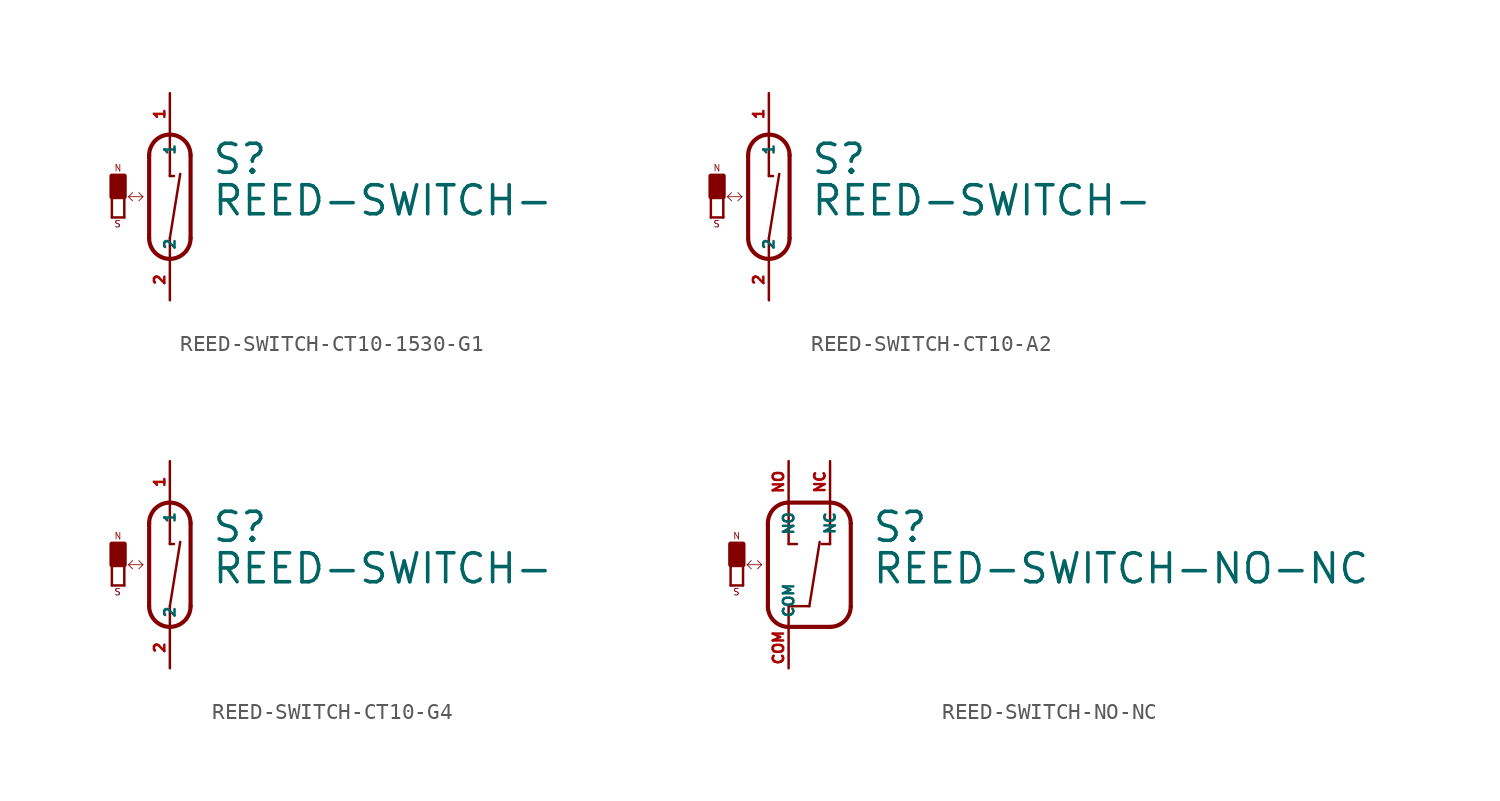
<source format=kicad_sym>
(kicad_symbol_lib
  (version 20220914)
  (generator Eagle2Kicad)
  (symbol "REED-SWITCH-CT10-1530-G1"
    (property "Reference" "S"
      (at 2.54 2.54 0)
      (effects (font (size 1.778 1.778) (thickness 0.22)) (justify left bottom)))
    (property "Value" "REED-SWITCH-"
      (at 2.54 0 0)
      (effects (font (size 1.778 1.778) (thickness 0.22)) (justify left bottom)))
    (polyline
      (pts (xy 0 -2.54) (xy 0 -1.27))
      (stroke (width 0.152) (type default))
      (fill (type none)))
    (polyline
      (pts (xy 0 -1.27) (xy 0.635 2.667))
      (stroke (width 0.152) (type default))
      (fill (type none)))
    (polyline
      (pts (xy 0.254 2.54) (xy 0 2.54))
      (stroke (width 0.152) (type default))
      (fill (type none)))
    (polyline
      (pts (xy 0 2.54) (xy 0 5.08))
      (stroke (width 0.152) (type default))
      (fill (type none)))
    (polyline
      (pts (xy -1.27 3.81) (xy -1.27 -1.27))
      (stroke (width 0.254) (type default))
      (fill (type none)))
    (arc
      (start -1.27 -1.27)
      (mid 0.000 -2.540)
      (end 1.27 -1.27)
      (stroke (width 0.254) (type default))
      (fill (type none)))
    (polyline
      (pts (xy 1.27 -1.27) (xy 1.27 3.81))
      (stroke (width 0.254) (type default))
      (fill (type none)))
    (arc
      (start 1.27 3.81)
      (mid 0.000 5.080)
      (end -1.27 3.81)
      (stroke (width 0.254) (type default))
      (fill (type none)))
    (polyline
      (pts (xy -3.556 2.54) (xy -2.794 2.54))
      (stroke (width 0.152) (type default))
      (fill (type none)))
    (polyline
      (pts (xy -2.794 2.54) (xy -2.794 0))
      (stroke (width 0.152) (type default))
      (fill (type none)))
    (polyline
      (pts (xy -2.794 0) (xy -3.556 0))
      (stroke (width 0.152) (type default))
      (fill (type none)))
    (polyline
      (pts (xy -3.556 0) (xy -3.556 2.54))
      (stroke (width 0.152) (type default))
      (fill (type none)))
    (polyline
      (pts (xy -2.54 1.27) (xy -1.651 1.27))
      (stroke (width 0.051) (type default))
      (fill (type none)))
    (polyline
      (pts (xy -1.651 1.27) (xy -1.905 1.524))
      (stroke (width 0.051) (type default))
      (fill (type none)))
    (polyline
      (pts (xy -1.651 1.27) (xy -1.905 1.016))
      (stroke (width 0.051) (type default))
      (fill (type none)))
    (polyline
      (pts (xy -2.286 1.524) (xy -2.54 1.27))
      (stroke (width 0.051) (type default))
      (fill (type none)))
    (polyline
      (pts (xy -2.286 1.016) (xy -2.54 1.27))
      (stroke (width 0.051) (type default))
      (fill (type none)))
    (text "N"
      (at -3.429 2.794 0)
      (effects (font (size 0.406 0.406) (thickness 0.05)) (justify left bottom)))
    (text "S"
      (at -3.429 -0.635 0)
      (effects (font (size 0.406 0.406) (thickness 0.05)) (justify left bottom)))
    (rectangle
      (start -3.556 1.27)
      (end -2.794 2.54)
      (stroke (width 0.3) (type default))
      (fill (type outline)))
    (pin passive line
      (at 0 7.62 270)
      (length 2.54)
      (name "1" (effects (font (size 0.635 0.635) (thickness 0.08)) (justify left bottom)))
      (number "1" (effects (font (size 0.635 0.635) (thickness 0.08)) (justify left bottom))))
    (pin passive line
      (at 0 -5.08 90)
      (length 2.54)
      (name "2" (effects (font (size 0.635 0.635) (thickness 0.08)) (justify left bottom)))
      (number "2" (effects (font (size 0.635 0.635) (thickness 0.08)) (justify left bottom)))))
  (symbol "REED-SWITCH-CT10-A2"
    (property "Reference" "S"
      (at 2.54 2.54 0)
      (effects (font (size 1.778 1.778) (thickness 0.22)) (justify left bottom)))
    (property "Value" "REED-SWITCH-"
      (at 2.54 0 0)
      (effects (font (size 1.778 1.778) (thickness 0.22)) (justify left bottom)))
    (polyline
      (pts (xy 0 -2.54) (xy 0 -1.27))
      (stroke (width 0.152) (type default))
      (fill (type none)))
    (polyline
      (pts (xy 0 -1.27) (xy 0.635 2.667))
      (stroke (width 0.152) (type default))
      (fill (type none)))
    (polyline
      (pts (xy 0.254 2.54) (xy 0 2.54))
      (stroke (width 0.152) (type default))
      (fill (type none)))
    (polyline
      (pts (xy 0 2.54) (xy 0 5.08))
      (stroke (width 0.152) (type default))
      (fill (type none)))
    (polyline
      (pts (xy -1.27 3.81) (xy -1.27 -1.27))
      (stroke (width 0.254) (type default))
      (fill (type none)))
    (arc
      (start -1.27 -1.27)
      (mid 0.000 -2.540)
      (end 1.27 -1.27)
      (stroke (width 0.254) (type default))
      (fill (type none)))
    (polyline
      (pts (xy 1.27 -1.27) (xy 1.27 3.81))
      (stroke (width 0.254) (type default))
      (fill (type none)))
    (arc
      (start 1.27 3.81)
      (mid 0.000 5.080)
      (end -1.27 3.81)
      (stroke (width 0.254) (type default))
      (fill (type none)))
    (polyline
      (pts (xy -3.556 2.54) (xy -2.794 2.54))
      (stroke (width 0.152) (type default))
      (fill (type none)))
    (polyline
      (pts (xy -2.794 2.54) (xy -2.794 0))
      (stroke (width 0.152) (type default))
      (fill (type none)))
    (polyline
      (pts (xy -2.794 0) (xy -3.556 0))
      (stroke (width 0.152) (type default))
      (fill (type none)))
    (polyline
      (pts (xy -3.556 0) (xy -3.556 2.54))
      (stroke (width 0.152) (type default))
      (fill (type none)))
    (polyline
      (pts (xy -2.54 1.27) (xy -1.651 1.27))
      (stroke (width 0.051) (type default))
      (fill (type none)))
    (polyline
      (pts (xy -1.651 1.27) (xy -1.905 1.524))
      (stroke (width 0.051) (type default))
      (fill (type none)))
    (polyline
      (pts (xy -1.651 1.27) (xy -1.905 1.016))
      (stroke (width 0.051) (type default))
      (fill (type none)))
    (polyline
      (pts (xy -2.286 1.524) (xy -2.54 1.27))
      (stroke (width 0.051) (type default))
      (fill (type none)))
    (polyline
      (pts (xy -2.286 1.016) (xy -2.54 1.27))
      (stroke (width 0.051) (type default))
      (fill (type none)))
    (text "N"
      (at -3.429 2.794 0)
      (effects (font (size 0.406 0.406) (thickness 0.05)) (justify left bottom)))
    (text "S"
      (at -3.429 -0.635 0)
      (effects (font (size 0.406 0.406) (thickness 0.05)) (justify left bottom)))
    (rectangle
      (start -3.556 1.27)
      (end -2.794 2.54)
      (stroke (width 0.3) (type default))
      (fill (type outline)))
    (pin passive line
      (at 0 7.62 270)
      (length 2.54)
      (name "1" (effects (font (size 0.635 0.635) (thickness 0.08)) (justify left bottom)))
      (number "1" (effects (font (size 0.635 0.635) (thickness 0.08)) (justify left bottom))))
    (pin passive line
      (at 0 -5.08 90)
      (length 2.54)
      (name "2" (effects (font (size 0.635 0.635) (thickness 0.08)) (justify left bottom)))
      (number "2" (effects (font (size 0.635 0.635) (thickness 0.08)) (justify left bottom)))))
  (symbol "REED-SWITCH-CT10-G4"
    (property "Reference" "S"
      (at 2.54 2.54 0)
      (effects (font (size 1.778 1.778) (thickness 0.22)) (justify left bottom)))
    (property "Value" "REED-SWITCH-"
      (at 2.54 0 0)
      (effects (font (size 1.778 1.778) (thickness 0.22)) (justify left bottom)))
    (polyline
      (pts (xy 0 -2.54) (xy 0 -1.27))
      (stroke (width 0.152) (type default))
      (fill (type none)))
    (polyline
      (pts (xy 0 -1.27) (xy 0.635 2.667))
      (stroke (width 0.152) (type default))
      (fill (type none)))
    (polyline
      (pts (xy 0.254 2.54) (xy 0 2.54))
      (stroke (width 0.152) (type default))
      (fill (type none)))
    (polyline
      (pts (xy 0 2.54) (xy 0 5.08))
      (stroke (width 0.152) (type default))
      (fill (type none)))
    (polyline
      (pts (xy -1.27 3.81) (xy -1.27 -1.27))
      (stroke (width 0.254) (type default))
      (fill (type none)))
    (arc
      (start -1.27 -1.27)
      (mid 0.000 -2.540)
      (end 1.27 -1.27)
      (stroke (width 0.254) (type default))
      (fill (type none)))
    (polyline
      (pts (xy 1.27 -1.27) (xy 1.27 3.81))
      (stroke (width 0.254) (type default))
      (fill (type none)))
    (arc
      (start 1.27 3.81)
      (mid 0.000 5.080)
      (end -1.27 3.81)
      (stroke (width 0.254) (type default))
      (fill (type none)))
    (polyline
      (pts (xy -3.556 2.54) (xy -2.794 2.54))
      (stroke (width 0.152) (type default))
      (fill (type none)))
    (polyline
      (pts (xy -2.794 2.54) (xy -2.794 0))
      (stroke (width 0.152) (type default))
      (fill (type none)))
    (polyline
      (pts (xy -2.794 0) (xy -3.556 0))
      (stroke (width 0.152) (type default))
      (fill (type none)))
    (polyline
      (pts (xy -3.556 0) (xy -3.556 2.54))
      (stroke (width 0.152) (type default))
      (fill (type none)))
    (polyline
      (pts (xy -2.54 1.27) (xy -1.651 1.27))
      (stroke (width 0.051) (type default))
      (fill (type none)))
    (polyline
      (pts (xy -1.651 1.27) (xy -1.905 1.524))
      (stroke (width 0.051) (type default))
      (fill (type none)))
    (polyline
      (pts (xy -1.651 1.27) (xy -1.905 1.016))
      (stroke (width 0.051) (type default))
      (fill (type none)))
    (polyline
      (pts (xy -2.286 1.524) (xy -2.54 1.27))
      (stroke (width 0.051) (type default))
      (fill (type none)))
    (polyline
      (pts (xy -2.286 1.016) (xy -2.54 1.27))
      (stroke (width 0.051) (type default))
      (fill (type none)))
    (text "N"
      (at -3.429 2.794 0)
      (effects (font (size 0.406 0.406) (thickness 0.05)) (justify left bottom)))
    (text "S"
      (at -3.429 -0.635 0)
      (effects (font (size 0.406 0.406) (thickness 0.05)) (justify left bottom)))
    (rectangle
      (start -3.556 1.27)
      (end -2.794 2.54)
      (stroke (width 0.3) (type default))
      (fill (type outline)))
    (pin passive line
      (at 0 7.62 270)
      (length 2.54)
      (name "1" (effects (font (size 0.635 0.635) (thickness 0.08)) (justify left bottom)))
      (number "1" (effects (font (size 0.635 0.635) (thickness 0.08)) (justify left bottom))))
    (pin passive line
      (at 0 -5.08 90)
      (length 2.54)
      (name "2" (effects (font (size 0.635 0.635) (thickness 0.08)) (justify left bottom)))
      (number "2" (effects (font (size 0.635 0.635) (thickness 0.08)) (justify left bottom)))))
  (symbol "REED-SWITCH-NO-NC"
    (property "Reference" "S"
      (at 5.08 2.54 0)
      (effects (font (size 1.778 1.778) (thickness 0.22)) (justify left bottom)))
    (property "Value" "REED-SWITCH-NO-NC"
      (at 5.08 0 0)
      (effects (font (size 1.778 1.778) (thickness 0.22)) (justify left bottom)))
    (polyline
      (pts (xy 0 -2.54) (xy 0 -1.27))
      (stroke (width 0.152) (type default))
      (fill (type none)))
    (polyline
      (pts (xy 0.508 2.54) (xy 0 2.54))
      (stroke (width 0.152) (type default))
      (fill (type none)))
    (polyline
      (pts (xy 0 2.54) (xy 0 5.08))
      (stroke (width 0.152) (type default))
      (fill (type none)))
    (polyline
      (pts (xy -1.27 3.81) (xy -1.27 -1.27))
      (stroke (width 0.254) (type default))
      (fill (type none)))
    (polyline
      (pts (xy -3.556 2.54) (xy -2.794 2.54))
      (stroke (width 0.152) (type default))
      (fill (type none)))
    (polyline
      (pts (xy -2.794 2.54) (xy -2.794 0))
      (stroke (width 0.152) (type default))
      (fill (type none)))
    (polyline
      (pts (xy -2.794 0) (xy -3.556 0))
      (stroke (width 0.152) (type default))
      (fill (type none)))
    (polyline
      (pts (xy -3.556 0) (xy -3.556 2.54))
      (stroke (width 0.152) (type default))
      (fill (type none)))
    (polyline
      (pts (xy -2.54 1.27) (xy -1.651 1.27))
      (stroke (width 0.051) (type default))
      (fill (type none)))
    (polyline
      (pts (xy -1.651 1.27) (xy -1.905 1.524))
      (stroke (width 0.051) (type default))
      (fill (type none)))
    (polyline
      (pts (xy -1.651 1.27) (xy -1.905 1.016))
      (stroke (width 0.051) (type default))
      (fill (type none)))
    (polyline
      (pts (xy -2.286 1.524) (xy -2.54 1.27))
      (stroke (width 0.051) (type default))
      (fill (type none)))
    (polyline
      (pts (xy -2.286 1.016) (xy -2.54 1.27))
      (stroke (width 0.051) (type default))
      (fill (type none)))
    (polyline
      (pts (xy 3.81 -1.27) (xy 3.81 3.81))
      (stroke (width 0.254) (type default))
      (fill (type none)))
    (arc
      (start -1.27 -1.27)
      (mid -0.898 -2.168)
      (end 0 -2.54)
      (stroke (width 0.254) (type default))
      (fill (type none)))
    (polyline
      (pts (xy 0 -2.54) (xy 2.54 -2.54))
      (stroke (width 0.254) (type default))
      (fill (type none)))
    (arc
      (start 2.54 -2.54)
      (mid 3.438 -2.168)
      (end 3.81 -1.27)
      (stroke (width 0.254) (type default))
      (fill (type none)))
    (arc
      (start 0 5.08)
      (mid -0.898 4.708)
      (end -1.27 3.81)
      (stroke (width 0.254) (type default))
      (fill (type none)))
    (polyline
      (pts (xy 0 5.08) (xy 2.54 5.08))
      (stroke (width 0.254) (type default))
      (fill (type none)))
    (arc
      (start 3.81 3.81)
      (mid 3.438 4.708)
      (end 2.54 5.08)
      (stroke (width 0.254) (type default))
      (fill (type none)))
    (polyline
      (pts (xy 1.27 -1.27) (xy 1.905 2.667))
      (stroke (width 0.152) (type default))
      (fill (type none)))
    (polyline
      (pts (xy 2.54 2.54) (xy 2.54 5.08))
      (stroke (width 0.152) (type default))
      (fill (type none)))
    (polyline
      (pts (xy 2.032 2.54) (xy 2.54 2.54))
      (stroke (width 0.152) (type default))
      (fill (type none)))
    (polyline
      (pts (xy 0 -1.27) (xy 1.27 -1.27))
      (stroke (width 0.152) (type default))
      (fill (type none)))
    (text "N"
      (at -3.429 2.794 0)
      (effects (font (size 0.406 0.406) (thickness 0.05)) (justify left bottom)))
    (text "S"
      (at -3.429 -0.635 0)
      (effects (font (size 0.406 0.406) (thickness 0.05)) (justify left bottom)))
    (rectangle
      (start -3.556 1.27)
      (end -2.794 2.54)
      (stroke (width 0.3) (type default))
      (fill (type outline)))
    (pin passive line
      (at 0 7.62 270)
      (length 2.54)
      (name "NO" (effects (font (size 0.635 0.635) (thickness 0.08)) (justify left bottom)))
      (number "NO" (effects (font (size 0.635 0.635) (thickness 0.08)) (justify left bottom))))
    (pin passive line
      (at 0 -5.08 90)
      (length 2.54)
      (name "COM" (effects (font (size 0.635 0.635) (thickness 0.08)) (justify left bottom)))
      (number "COM" (effects (font (size 0.635 0.635) (thickness 0.08)) (justify left bottom))))
    (pin passive line
      (at 2.54 7.62 270)
      (length 2.54)
      (name "NC" (effects (font (size 0.635 0.635) (thickness 0.08)) (justify left bottom)))
      (number "NC" (effects (font (size 0.635 0.635) (thickness 0.08)) (justify left bottom))))))
</source>
